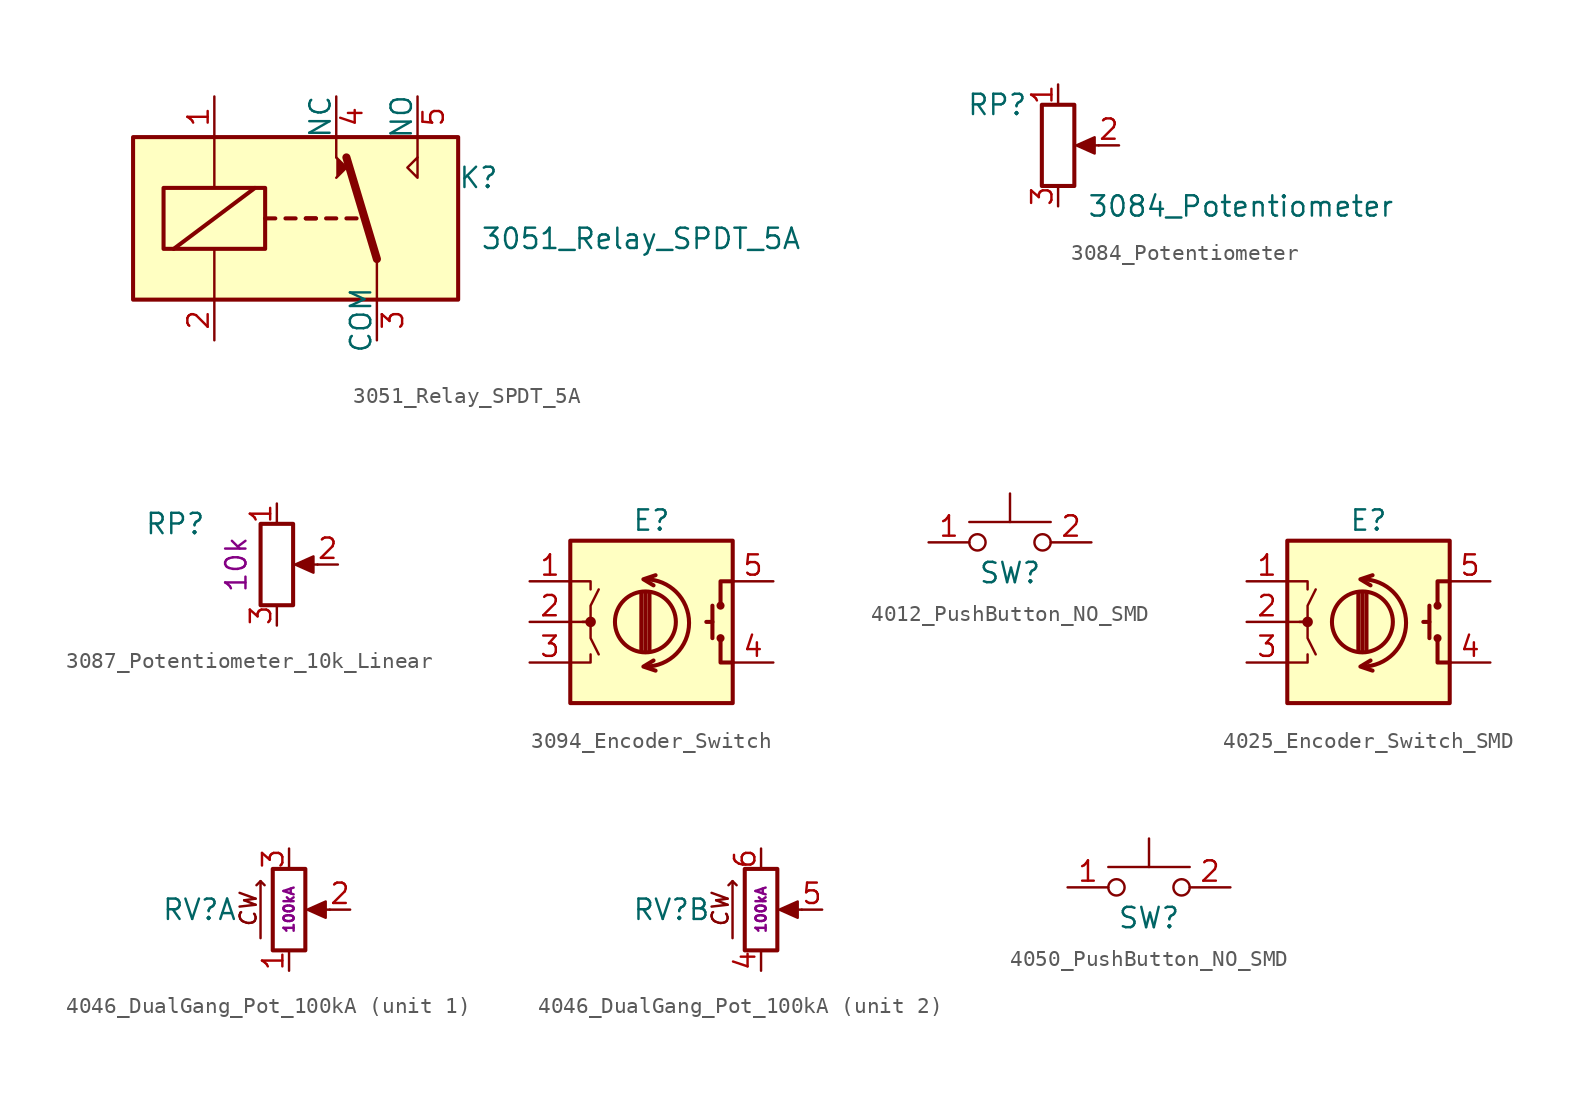
<source format=kicad_sym>
(kicad_symbol_lib
  (version 20211014)
  (generator kicad_symbol_editor)
  (symbol "3051_Relay_SPDT_5A"
    (pin_names
      (offset 0))
    (property "Reference" "K"
      (at 11.43 2.54 0)
      (effects (font (size 1.27 1.27))))
    (property "Value" "3051_Relay_SPDT_5A"
      (at 21.59 -1.27 0)
      (effects (font (size 1.27 1.27))))
    (symbol "3051_Relay_SPDT_5A_1_1"
      (rectangle (start -10.16 5.08) (end 10.16 -5.08) (stroke (width 0.254) (type default) (color 0 0 0 0)) (fill (type background)))
      (rectangle (start -8.255 1.905) (end -1.905 -1.905) (stroke (width 0.254) (type default) (color 0 0 0 0)) (fill (type none)))
      (polyline (pts (xy -7.62 -1.905) (xy -2.54 1.905)) (stroke (width 0.254) (type default) (color 0 0 0 0)) (fill (type none)))
      (polyline (pts (xy -5.08 -5.08) (xy -5.08 -1.905)) (stroke (width 0) (type default) (color 0 0 0 0)) (fill (type none)))
      (polyline (pts (xy -5.08 5.08) (xy -5.08 1.905)) (stroke (width 0) (type default) (color 0 0 0 0)) (fill (type none)))
      (polyline (pts (xy -1.905 0) (xy -1.27 0)) (stroke (width 0.254) (type default) (color 0 0 0 0)) (fill (type none)))
      (polyline (pts (xy -0.635 0) (xy 0 0)) (stroke (width 0.254) (type default) (color 0 0 0 0)) (fill (type none)))
      (polyline (pts (xy 0.635 0) (xy 1.27 0)) (stroke (width 0.254) (type default) (color 0 0 0 0)) (fill (type none)))
      (polyline (pts (xy 0.635 0) (xy 1.27 0)) (stroke (width 0.254) (type default) (color 0 0 0 0)) (fill (type none)))
      (polyline (pts (xy 1.905 0) (xy 2.54 0)) (stroke (width 0.254) (type default) (color 0 0 0 0)) (fill (type none)))
      (polyline (pts (xy 2.54 3.81) (xy 2.54 5.08)) (stroke (width 0) (type default) (color 0 0 0 0)) (fill (type none)))
      (polyline (pts (xy 3.175 0) (xy 3.81 0)) (stroke (width 0.254) (type default) (color 0 0 0 0)) (fill (type none)))
      (polyline (pts (xy 5.08 -2.54) (xy 3.175 3.81)) (stroke (width 0.508) (type default) (color 0 0 0 0)) (fill (type none)))
      (polyline (pts (xy 5.08 -2.54) (xy 5.08 -5.08)) (stroke (width 0) (type default) (color 0 0 0 0)) (fill (type none)))
      (polyline (pts (xy 7.62 3.81) (xy 7.62 5.08)) (stroke (width 0) (type default) (color 0 0 0 0)) (fill (type none)))
      (polyline (pts (xy 2.54 2.54) (xy 3.175 3.175) (xy 2.54 3.81)) (stroke (width 0) (type default) (color 0 0 0 0)) (fill (type outline)))
      (polyline (pts (xy 7.62 3.81) (xy 7.62 2.54) (xy 6.985 3.175) (xy 7.62 3.81)) (stroke (width 0) (type default) (color 0 0 0 0)) (fill (type none)))
      (pin passive line (at -5.08 7.62 270) (length 2.54) (name "~" (effects (font (size 1.27 1.27)))) (number "1" (effects (font (size 1.27 1.27)))))
      (pin passive line (at -5.08 -7.62 90) (length 2.54) (name "~" (effects (font (size 1.27 1.27)))) (number "2" (effects (font (size 1.27 1.27)))))
      (pin passive line (at 5.08 -7.62 90) (length 2.54) (name "COM" (effects (font (size 1.27 1.27)))) (number "3" (effects (font (size 1.27 1.27)))))
      (pin passive line (at 2.54 7.62 270) (length 2.54) (name "NC" (effects (font (size 1.27 1.27)))) (number "4" (effects (font (size 1.27 1.27)))))
      (pin passive line (at 7.62 7.62 270) (length 2.54) (name "NO" (effects (font (size 1.27 1.27)))) (number "5" (effects (font (size 1.27 1.27)))))))
  (symbol "3084_Potentiometer"
    (pin_names
      (offset 1.016) hide)
    (property "Reference" "RP"
      (at -3.81 2.54 0)
      (effects (font (size 1.27 1.27))))
    (property "Value" "3084_Potentiometer"
      (at 11.43 -3.81 0)
      (effects (font (size 1.27 1.27))))
    (symbol "3084_Potentiometer_1_1"
      (polyline (pts (xy 2.54 0) (xy 1.524 0)) (stroke (width 0) (type default) (color 0 0 0 0)) (fill (type none)))
      (polyline (pts (xy 1.143 0) (xy 2.286 0.508) (xy 2.286 -0.508) (xy 1.143 0)) (stroke (width 0) (type default) (color 0 0 0 0)) (fill (type outline)))
      (rectangle (start 1.016 2.54) (end -1.016 -2.54) (stroke (width 0.254) (type default) (color 0 0 0 0)) (fill (type none)))
      (pin passive line (at 0 3.81 270) (length 1.27) (name "1" (effects (font (size 1.27 1.27)))) (number "1" (effects (font (size 1.27 1.27)))))
      (pin passive line (at 3.81 0 180) (length 1.27) (name "2" (effects (font (size 1.27 1.27)))) (number "2" (effects (font (size 1.27 1.27)))))
      (pin passive line (at 0 -3.81 90) (length 1.27) (name "3" (effects (font (size 1.27 1.27)))) (number "3" (effects (font (size 1.27 1.27)))))))
  (symbol "3087_Potentiometer_10k_Linear"
    (pin_names
      (offset 1.016) hide)
    (property "Reference" "RP"
      (at -6.35 2.54 0)
      (effects (font (size 1.27 1.27))))
    (property "Val" "10k"
      (at -2.54 0 90)
      (effects (font (size 1.27 1.27))))
    (symbol "3087_Potentiometer_10k_Linear_1_1"
      (polyline (pts (xy 2.54 0) (xy 1.524 0)) (stroke (width 0) (type default) (color 0 0 0 0)) (fill (type none)))
      (polyline (pts (xy 1.143 0) (xy 2.286 0.508) (xy 2.286 -0.508) (xy 1.143 0)) (stroke (width 0) (type default) (color 0 0 0 0)) (fill (type outline)))
      (rectangle (start 1.016 2.54) (end -1.016 -2.54) (stroke (width 0.254) (type default) (color 0 0 0 0)) (fill (type none)))
      (pin passive line (at 0 3.81 270) (length 1.27) (name "1" (effects (font (size 1.27 1.27)))) (number "1" (effects (font (size 1.27 1.27)))))
      (pin passive line (at 3.81 0 180) (length 1.27) (name "2" (effects (font (size 1.27 1.27)))) (number "2" (effects (font (size 1.27 1.27)))))
      (pin passive line (at 0 -3.81 90) (length 1.27) (name "3" (effects (font (size 1.27 1.27)))) (number "3" (effects (font (size 1.27 1.27)))))))
  (symbol "3094_Encoder_Switch"
    (pin_names
      (offset 1.016))
    (property "Reference" "E"
      (at 0 6.35 0)
      (effects (font (size 1.27 1.27))))
    (symbol "3094_Encoder_Switch_1_1"
      (rectangle (start -5.08 5.08) (end 5.08 -5.08) (stroke (width 0.254) (type default) (color 0 0 0 0)) (fill (type background)))
      (circle (center -3.81 0) (radius 0.254) (stroke (width 0) (type default) (color 0 0 0 0)) (fill (type outline)))
      (arc (start -0.381 -2.794) (mid 2.3622 -0.0635) (end -0.381 2.667) (stroke (width 0.254) (type default) (color 0 0 0 0)) (fill (type none)))
      (circle (center -0.381 0) (radius 1.905) (stroke (width 0.254) (type default) (color 0 0 0 0)) (fill (type none)))
      (polyline (pts (xy -0.635 -1.778) (xy -0.635 1.778)) (stroke (width 0.254) (type default) (color 0 0 0 0)) (fill (type none)))
      (polyline (pts (xy -0.381 -1.778) (xy -0.381 1.778)) (stroke (width 0.254) (type default) (color 0 0 0 0)) (fill (type none)))
      (polyline (pts (xy -0.127 1.778) (xy -0.127 -1.778)) (stroke (width 0.254) (type default) (color 0 0 0 0)) (fill (type none)))
      (polyline (pts (xy 3.81 0) (xy 3.429 0)) (stroke (width 0.254) (type default) (color 0 0 0 0)) (fill (type none)))
      (polyline (pts (xy 3.81 1.016) (xy 3.81 -1.016)) (stroke (width 0.254) (type default) (color 0 0 0 0)) (fill (type none)))
      (polyline (pts (xy -5.08 -2.54) (xy -3.81 -2.54) (xy -3.81 -2.032)) (stroke (width 0) (type default) (color 0 0 0 0)) (fill (type none)))
      (polyline (pts (xy -5.08 2.54) (xy -3.81 2.54) (xy -3.81 2.032)) (stroke (width 0) (type default) (color 0 0 0 0)) (fill (type none)))
      (polyline (pts (xy 0.254 -3.048) (xy -0.508 -2.794) (xy 0.127 -2.413)) (stroke (width 0.254) (type default) (color 0 0 0 0)) (fill (type none)))
      (polyline (pts (xy 0.254 2.921) (xy -0.508 2.667) (xy 0.127 2.286)) (stroke (width 0.254) (type default) (color 0 0 0 0)) (fill (type none)))
      (polyline (pts (xy 5.08 -2.54) (xy 4.318 -2.54) (xy 4.318 -1.016)) (stroke (width 0.254) (type default) (color 0 0 0 0)) (fill (type none)))
      (polyline (pts (xy 5.08 2.54) (xy 4.318 2.54) (xy 4.318 1.016)) (stroke (width 0.254) (type default) (color 0 0 0 0)) (fill (type none)))
      (polyline (pts (xy -5.08 0) (xy -3.81 0) (xy -3.81 -1.016) (xy -3.302 -2.032)) (stroke (width 0) (type default) (color 0 0 0 0)) (fill (type none)))
      (polyline (pts (xy -4.318 0) (xy -3.81 0) (xy -3.81 1.016) (xy -3.302 2.032)) (stroke (width 0) (type default) (color 0 0 0 0)) (fill (type none)))
      (circle (center 4.318 -1.016) (radius 0.127) (stroke (width 0.254) (type default) (color 0 0 0 0)) (fill (type none)))
      (circle (center 4.318 1.016) (radius 0.127) (stroke (width 0.254) (type default) (color 0 0 0 0)) (fill (type none)))
      (pin passive line (at -7.62 2.54 0) (length 2.54) (name "~" (effects (font (size 1.27 1.27)))) (number "1" (effects (font (size 1.27 1.27)))))
      (pin passive line (at -7.62 0 0) (length 2.54) (name "~" (effects (font (size 1.27 1.27)))) (number "2" (effects (font (size 1.27 1.27)))))
      (pin passive line (at -7.62 -2.54 0) (length 2.54) (name "~" (effects (font (size 1.27 1.27)))) (number "3" (effects (font (size 1.27 1.27)))))
      (pin passive line (at 7.62 -2.54 180) (length 2.54) (name "~" (effects (font (size 1.27 1.27)))) (number "4" (effects (font (size 1.27 1.27)))))
      (pin passive line (at 7.62 2.54 180) (length 2.54) (name "~" (effects (font (size 1.27 1.27)))) (number "5" (effects (font (size 1.27 1.27)))))))
  (symbol "4012_PushButton_NO_SMD"
    (pin_names hide)
    (property "Reference" "SW"
      (at 0 -1.905 0)
      (effects (font (size 1.27 1.27))))
    (symbol "4012_PushButton_NO_SMD_0_1"
      (circle (center -2.032 0) (radius 0.508) (stroke (width 0) (type default) (color 0 0 0 0)) (fill (type none)))
      (polyline (pts (xy 0 1.27) (xy 0 3.048)) (stroke (width 0) (type default) (color 0 0 0 0)) (fill (type none)))
      (polyline (pts (xy 2.54 1.27) (xy -2.54 1.27)) (stroke (width 0) (type default) (color 0 0 0 0)) (fill (type none)))
      (circle (center 2.032 0) (radius 0.508) (stroke (width 0) (type default) (color 0 0 0 0)) (fill (type none)))
      (pin passive line (at -5.08 0 0) (length 2.54) (name "1" (effects (font (size 1.27 1.27)))) (number "1" (effects (font (size 1.27 1.27)))))
      (pin passive line (at 5.08 0 180) (length 2.54) (name "2" (effects (font (size 1.27 1.27)))) (number "2" (effects (font (size 1.27 1.27)))))))
  (symbol "4025_Encoder_Switch_SMD"
    (pin_names
      (offset 1.016))
    (property "Reference" "E"
      (at 0 6.35 0)
      (effects (font (size 1.27 1.27))))
    (symbol "4025_Encoder_Switch_SMD_1_1"
      (rectangle (start -5.08 5.08) (end 5.08 -5.08) (stroke (width 0.254) (type default) (color 0 0 0 0)) (fill (type background)))
      (circle (center -3.81 0) (radius 0.254) (stroke (width 0) (type default) (color 0 0 0 0)) (fill (type outline)))
      (arc (start -0.381 -2.794) (mid 2.3622 -0.0635) (end -0.381 2.667) (stroke (width 0.254) (type default) (color 0 0 0 0)) (fill (type none)))
      (circle (center -0.381 0) (radius 1.905) (stroke (width 0.254) (type default) (color 0 0 0 0)) (fill (type none)))
      (polyline (pts (xy -0.635 -1.778) (xy -0.635 1.778)) (stroke (width 0.254) (type default) (color 0 0 0 0)) (fill (type none)))
      (polyline (pts (xy -0.381 -1.778) (xy -0.381 1.778)) (stroke (width 0.254) (type default) (color 0 0 0 0)) (fill (type none)))
      (polyline (pts (xy -0.127 1.778) (xy -0.127 -1.778)) (stroke (width 0.254) (type default) (color 0 0 0 0)) (fill (type none)))
      (polyline (pts (xy 3.81 0) (xy 3.429 0)) (stroke (width 0.254) (type default) (color 0 0 0 0)) (fill (type none)))
      (polyline (pts (xy 3.81 1.016) (xy 3.81 -1.016)) (stroke (width 0.254) (type default) (color 0 0 0 0)) (fill (type none)))
      (polyline (pts (xy -5.08 -2.54) (xy -3.81 -2.54) (xy -3.81 -2.032)) (stroke (width 0) (type default) (color 0 0 0 0)) (fill (type none)))
      (polyline (pts (xy -5.08 2.54) (xy -3.81 2.54) (xy -3.81 2.032)) (stroke (width 0) (type default) (color 0 0 0 0)) (fill (type none)))
      (polyline (pts (xy 0.254 -3.048) (xy -0.508 -2.794) (xy 0.127 -2.413)) (stroke (width 0.254) (type default) (color 0 0 0 0)) (fill (type none)))
      (polyline (pts (xy 0.254 2.921) (xy -0.508 2.667) (xy 0.127 2.286)) (stroke (width 0.254) (type default) (color 0 0 0 0)) (fill (type none)))
      (polyline (pts (xy 5.08 -2.54) (xy 4.318 -2.54) (xy 4.318 -1.016)) (stroke (width 0.254) (type default) (color 0 0 0 0)) (fill (type none)))
      (polyline (pts (xy 5.08 2.54) (xy 4.318 2.54) (xy 4.318 1.016)) (stroke (width 0.254) (type default) (color 0 0 0 0)) (fill (type none)))
      (polyline (pts (xy -5.08 0) (xy -3.81 0) (xy -3.81 -1.016) (xy -3.302 -2.032)) (stroke (width 0) (type default) (color 0 0 0 0)) (fill (type none)))
      (polyline (pts (xy -4.318 0) (xy -3.81 0) (xy -3.81 1.016) (xy -3.302 2.032)) (stroke (width 0) (type default) (color 0 0 0 0)) (fill (type none)))
      (circle (center 4.318 -1.016) (radius 0.127) (stroke (width 0.254) (type default) (color 0 0 0 0)) (fill (type none)))
      (circle (center 4.318 1.016) (radius 0.127) (stroke (width 0.254) (type default) (color 0 0 0 0)) (fill (type none)))
      (pin passive line (at -7.62 2.54 0) (length 2.54) (name "~" (effects (font (size 1.27 1.27)))) (number "1" (effects (font (size 1.27 1.27)))))
      (pin passive line (at -7.62 0 0) (length 2.54) (name "~" (effects (font (size 1.27 1.27)))) (number "2" (effects (font (size 1.27 1.27)))))
      (pin passive line (at -7.62 -2.54 0) (length 2.54) (name "~" (effects (font (size 1.27 1.27)))) (number "3" (effects (font (size 1.27 1.27)))))
      (pin passive line (at 7.62 -2.54 180) (length 2.54) (name "~" (effects (font (size 1.27 1.27)))) (number "4" (effects (font (size 1.27 1.27)))))
      (pin passive line (at 7.62 2.54 180) (length 2.54) (name "~" (effects (font (size 1.27 1.27)))) (number "5" (effects (font (size 1.27 1.27)))))))
  (symbol "4046_DualGang_Pot_100kA"
    (pin_names
      (offset 1.016) hide)
    (property "Reference" "RV"
      (at -5.588 0 0)
      (effects (font (size 1.27 1.27))))
    (property "Val" "100kA"
      (at 0 0 90)
      (effects (font (size 0.635 0.635))))
    (symbol "4046_DualGang_Pot_100kA_0_0"
      (polyline (pts (xy -1.778 1.778) (xy -2.032 1.524)) (stroke (width 0) (type default) (color 0 0 0 0)) (fill (type none)))
      (polyline (pts (xy -1.778 -1.778) (xy -1.778 1.778) (xy -1.524 1.524)) (stroke (width 0) (type default) (color 0 0 0 0)) (fill (type none)))
      (text "CW" (at -2.54 0 900) (effects (font (size 1 1) italic))))
    (symbol "4046_DualGang_Pot_100kA_0_1"
      (polyline (pts (xy 2.54 0) (xy 1.524 0)) (stroke (width 0) (type default) (color 0 0 0 0)) (fill (type none)))
      (polyline (pts (xy 1.143 0) (xy 2.286 0.508) (xy 2.286 -0.508) (xy 1.143 0)) (stroke (width 0) (type default) (color 0 0 0 0)) (fill (type outline)))
      (rectangle (start 1.016 2.54) (end -1.016 -2.54) (stroke (width 0.254) (type default) (color 0 0 0 0)) (fill (type none))))
    (symbol "4046_DualGang_Pot_100kA_1_1"
      (pin passive line (at 0 -3.81 90) (length 1.27) (name "1" (effects (font (size 1.27 1.27)))) (number "1" (effects (font (size 1.27 1.27)))))
      (pin passive line (at 3.81 0 180) (length 1.27) (name "2" (effects (font (size 1.27 1.27)))) (number "2" (effects (font (size 1.27 1.27)))))
      (pin passive line (at 0 3.81 270) (length 1.27) (name "3" (effects (font (size 1.27 1.27)))) (number "3" (effects (font (size 1.27 1.27))))))
    (symbol "4046_DualGang_Pot_100kA_2_1"
      (pin passive line (at 0 -3.81 90) (length 1.27) (name "4" (effects (font (size 1.27 1.27)))) (number "4" (effects (font (size 1.27 1.27)))))
      (pin passive line (at 3.81 0 180) (length 1.27) (name "5" (effects (font (size 1.27 1.27)))) (number "5" (effects (font (size 1.27 1.27)))))
      (pin passive line (at 0 3.81 270) (length 1.27) (name "6" (effects (font (size 1.27 1.27)))) (number "6" (effects (font (size 1.27 1.27)))))))
  (symbol "4050_PushButton_NO_SMD"
    (pin_names hide)
    (property "Reference" "SW"
      (at 0 -1.905 0)
      (effects (font (size 1.27 1.27))))
    (symbol "4050_PushButton_NO_SMD_0_1"
      (circle (center -2.032 0) (radius 0.508) (stroke (width 0) (type default) (color 0 0 0 0)) (fill (type none)))
      (polyline (pts (xy 0 1.27) (xy 0 3.048)) (stroke (width 0) (type default) (color 0 0 0 0)) (fill (type none)))
      (polyline (pts (xy 2.54 1.27) (xy -2.54 1.27)) (stroke (width 0) (type default) (color 0 0 0 0)) (fill (type none)))
      (circle (center 2.032 0) (radius 0.508) (stroke (width 0) (type default) (color 0 0 0 0)) (fill (type none)))
      (pin passive line (at -5.08 0 0) (length 2.54) (name "1" (effects (font (size 1.27 1.27)))) (number "1" (effects (font (size 1.27 1.27)))))
      (pin passive line (at 5.08 0 180) (length 2.54) (name "2" (effects (font (size 1.27 1.27)))) (number "2" (effects (font (size 1.27 1.27))))))))
</source>
